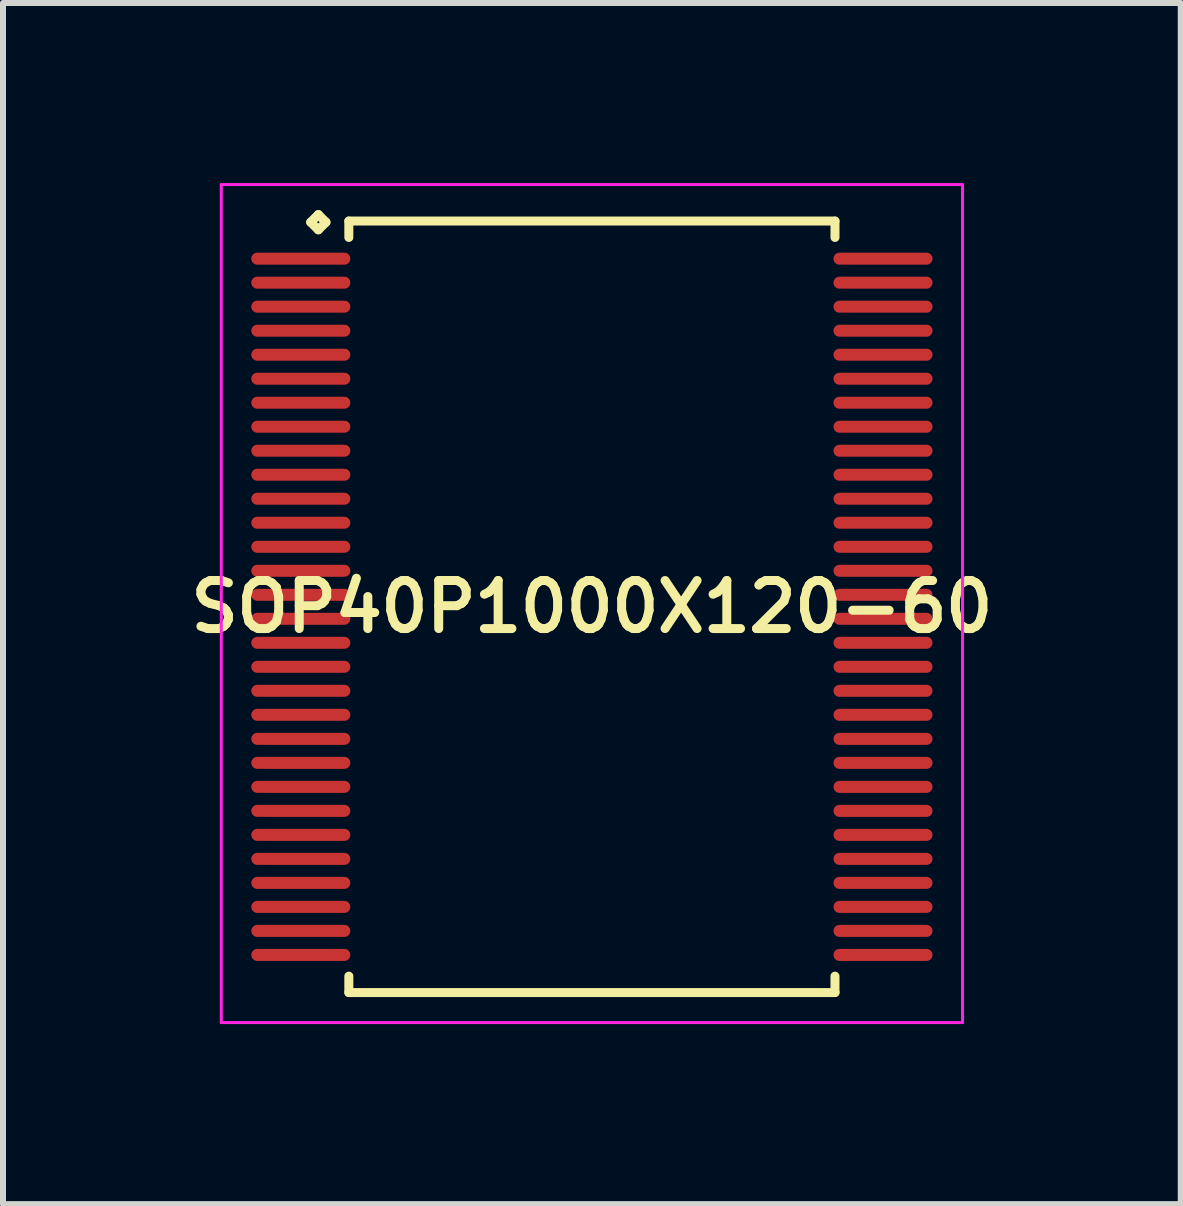
<source format=kicad_pcb>
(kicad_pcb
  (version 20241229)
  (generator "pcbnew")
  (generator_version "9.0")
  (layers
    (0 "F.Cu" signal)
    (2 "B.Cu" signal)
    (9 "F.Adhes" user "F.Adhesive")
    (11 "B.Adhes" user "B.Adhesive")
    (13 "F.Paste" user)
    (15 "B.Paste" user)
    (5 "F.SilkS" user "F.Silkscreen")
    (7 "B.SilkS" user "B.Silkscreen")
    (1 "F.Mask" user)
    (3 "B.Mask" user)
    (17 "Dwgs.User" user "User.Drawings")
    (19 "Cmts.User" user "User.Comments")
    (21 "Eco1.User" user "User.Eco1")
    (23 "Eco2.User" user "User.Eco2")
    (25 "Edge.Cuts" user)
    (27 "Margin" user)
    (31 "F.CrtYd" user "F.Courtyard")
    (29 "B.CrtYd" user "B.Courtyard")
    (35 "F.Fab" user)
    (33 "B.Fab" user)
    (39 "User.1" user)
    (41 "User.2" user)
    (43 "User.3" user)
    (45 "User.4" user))
  (footprint "SOP40P1000X120-60"
    (layer "F.Cu")
    (at 6.812 7.06)
    (property "Reference" "SOP40P1000X120-60" (at 0 0 0) (layer "F.SilkS") (effects (font (size 0.8 0.8) (thickness 0.15))))
    (attr smd)
    (fp_line (start -4.685 -6.408) (end -4.558 -6.535) (stroke (width 0.15) (type solid)) (layer "F.SilkS"))
    (fp_line (start -4.558 -6.535) (end -4.431 -6.408) (stroke (width 0.15) (type solid)) (layer "F.SilkS"))
    (fp_line (start -4.558 -6.281) (end -4.685 -6.408) (stroke (width 0.15) (type solid)) (layer "F.SilkS"))
    (fp_line (start -4.431 -6.408) (end -4.558 -6.281) (stroke (width 0.15) (type solid)) (layer "F.SilkS"))
    (fp_line (start -4.05 -6.427) (end 4.05 -6.427) (stroke (width 0.15) (type solid)) (layer "F.SilkS"))
    (fp_line (start -4.05 -6.154) (end -4.05 -6.427) (stroke (width 0.15) (type solid)) (layer "F.SilkS"))
    (fp_line (start -4.05 6.154) (end -4.05 6.427) (stroke (width 0.15) (type solid)) (layer "F.SilkS"))
    (fp_line (start -4.05 6.427) (end 4.05 6.427) (stroke (width 0.15) (type solid)) (layer "F.SilkS"))
    (fp_line (start 4.05 -6.427) (end 4.05 -6.154) (stroke (width 0.15) (type solid)) (layer "F.SilkS"))
    (fp_line (start 4.05 6.427) (end 4.05 6.154) (stroke (width 0.15) (type solid)) (layer "F.SilkS"))
    (fp_line (start -6.175 -7.035) (end 6.175 -7.035) (stroke (width 0.05) (type solid)) (layer "F.CrtYd"))
    (fp_line (start -6.175 6.927) (end -6.175 -7.035) (stroke (width 0.05) (type solid)) (layer "F.CrtYd"))
    (fp_line (start 6.175 -7.035) (end 6.175 6.927) (stroke (width 0.05) (type solid)) (layer "F.CrtYd"))
    (fp_line (start 6.175 6.927) (end -6.175 6.927) (stroke (width 0.05) (type solid)) (layer "F.CrtYd"))
    (pad "1" smd oval (at -4.85 -5.8) (size 1.65 0.2) (layers "F.Cu" "F.Mask" "F.Paste"))
    (pad "2" smd oval (at -4.85 -5.4) (size 1.65 0.2) (layers "F.Cu" "F.Mask" "F.Paste"))
    (pad "3" smd oval (at -4.85 -5) (size 1.65 0.2) (layers "F.Cu" "F.Mask" "F.Paste"))
    (pad "4" smd oval (at -4.85 -4.6) (size 1.65 0.2) (layers "F.Cu" "F.Mask" "F.Paste"))
    (pad "5" smd oval (at -4.85 -4.2) (size 1.65 0.2) (layers "F.Cu" "F.Mask" "F.Paste"))
    (pad "6" smd oval (at -4.85 -3.8) (size 1.65 0.2) (layers "F.Cu" "F.Mask" "F.Paste"))
    (pad "7" smd oval (at -4.85 -3.4) (size 1.65 0.2) (layers "F.Cu" "F.Mask" "F.Paste"))
    (pad "8" smd oval (at -4.85 -3) (size 1.65 0.2) (layers "F.Cu" "F.Mask" "F.Paste"))
    (pad "9" smd oval (at -4.85 -2.6) (size 1.65 0.2) (layers "F.Cu" "F.Mask" "F.Paste"))
    (pad "10" smd oval (at -4.85 -2.2) (size 1.65 0.2) (layers "F.Cu" "F.Mask" "F.Paste"))
    (pad "11" smd oval (at -4.85 -1.8) (size 1.65 0.2) (layers "F.Cu" "F.Mask" "F.Paste"))
    (pad "12" smd oval (at -4.85 -1.4) (size 1.65 0.2) (layers "F.Cu" "F.Mask" "F.Paste"))
    (pad "13" smd oval (at -4.85 -1) (size 1.65 0.2) (layers "F.Cu" "F.Mask" "F.Paste"))
    (pad "14" smd oval (at -4.85 -0.6) (size 1.65 0.2) (layers "F.Cu" "F.Mask" "F.Paste"))
    (pad "15" smd oval (at -4.85 -0.2) (size 1.65 0.2) (layers "F.Cu" "F.Mask" "F.Paste"))
    (pad "16" smd oval (at -4.85 0.2) (size 1.65 0.2) (layers "F.Cu" "F.Mask" "F.Paste"))
    (pad "17" smd oval (at -4.85 0.6) (size 1.65 0.2) (layers "F.Cu" "F.Mask" "F.Paste"))
    (pad "18" smd oval (at -4.85 1) (size 1.65 0.2) (layers "F.Cu" "F.Mask" "F.Paste"))
    (pad "19" smd oval (at -4.85 1.4) (size 1.65 0.2) (layers "F.Cu" "F.Mask" "F.Paste"))
    (pad "20" smd oval (at -4.85 1.8) (size 1.65 0.2) (layers "F.Cu" "F.Mask" "F.Paste"))
    (pad "21" smd oval (at -4.85 2.2) (size 1.65 0.2) (layers "F.Cu" "F.Mask" "F.Paste"))
    (pad "22" smd oval (at -4.85 2.6) (size 1.65 0.2) (layers "F.Cu" "F.Mask" "F.Paste"))
    (pad "23" smd oval (at -4.85 3) (size 1.65 0.2) (layers "F.Cu" "F.Mask" "F.Paste"))
    (pad "24" smd oval (at -4.85 3.4) (size 1.65 0.2) (layers "F.Cu" "F.Mask" "F.Paste"))
    (pad "25" smd oval (at -4.85 3.8) (size 1.65 0.2) (layers "F.Cu" "F.Mask" "F.Paste"))
    (pad "26" smd oval (at -4.85 4.2) (size 1.65 0.2) (layers "F.Cu" "F.Mask" "F.Paste"))
    (pad "27" smd oval (at -4.85 4.6) (size 1.65 0.2) (layers "F.Cu" "F.Mask" "F.Paste"))
    (pad "28" smd oval (at -4.85 5) (size 1.65 0.2) (layers "F.Cu" "F.Mask" "F.Paste"))
    (pad "29" smd oval (at -4.85 5.4) (size 1.65 0.2) (layers "F.Cu" "F.Mask" "F.Paste"))
    (pad "30" smd oval (at -4.85 5.8) (size 1.65 0.2) (layers "F.Cu" "F.Mask" "F.Paste"))
    (pad "31" smd oval (at 4.85 5.8) (size 1.65 0.2) (layers "F.Cu" "F.Mask" "F.Paste"))
    (pad "32" smd oval (at 4.85 5.4) (size 1.65 0.2) (layers "F.Cu" "F.Mask" "F.Paste"))
    (pad "33" smd oval (at 4.85 5) (size 1.65 0.2) (layers "F.Cu" "F.Mask" "F.Paste"))
    (pad "34" smd oval (at 4.85 4.6) (size 1.65 0.2) (layers "F.Cu" "F.Mask" "F.Paste"))
    (pad "35" smd oval (at 4.85 4.2) (size 1.65 0.2) (layers "F.Cu" "F.Mask" "F.Paste"))
    (pad "36" smd oval (at 4.85 3.8) (size 1.65 0.2) (layers "F.Cu" "F.Mask" "F.Paste"))
    (pad "37" smd oval (at 4.85 3.4) (size 1.65 0.2) (layers "F.Cu" "F.Mask" "F.Paste"))
    (pad "38" smd oval (at 4.85 3) (size 1.65 0.2) (layers "F.Cu" "F.Mask" "F.Paste"))
    (pad "39" smd oval (at 4.85 2.6) (size 1.65 0.2) (layers "F.Cu" "F.Mask" "F.Paste"))
    (pad "40" smd oval (at 4.85 2.2) (size 1.65 0.2) (layers "F.Cu" "F.Mask" "F.Paste"))
    (pad "41" smd oval (at 4.85 1.8) (size 1.65 0.2) (layers "F.Cu" "F.Mask" "F.Paste"))
    (pad "42" smd oval (at 4.85 1.4) (size 1.65 0.2) (layers "F.Cu" "F.Mask" "F.Paste"))
    (pad "43" smd oval (at 4.85 1) (size 1.65 0.2) (layers "F.Cu" "F.Mask" "F.Paste"))
    (pad "44" smd oval (at 4.85 0.6) (size 1.65 0.2) (layers "F.Cu" "F.Mask" "F.Paste"))
    (pad "45" smd oval (at 4.85 0.2) (size 1.65 0.2) (layers "F.Cu" "F.Mask" "F.Paste"))
    (pad "46" smd oval (at 4.85 -0.2) (size 1.65 0.2) (layers "F.Cu" "F.Mask" "F.Paste"))
    (pad "47" smd oval (at 4.85 -0.6) (size 1.65 0.2) (layers "F.Cu" "F.Mask" "F.Paste"))
    (pad "48" smd oval (at 4.85 -1) (size 1.65 0.2) (layers "F.Cu" "F.Mask" "F.Paste"))
    (pad "49" smd oval (at 4.85 -1.4) (size 1.65 0.2) (layers "F.Cu" "F.Mask" "F.Paste"))
    (pad "50" smd oval (at 4.85 -1.8) (size 1.65 0.2) (layers "F.Cu" "F.Mask" "F.Paste"))
    (pad "51" smd oval (at 4.85 -2.2) (size 1.65 0.2) (layers "F.Cu" "F.Mask" "F.Paste"))
    (pad "52" smd oval (at 4.85 -2.6) (size 1.65 0.2) (layers "F.Cu" "F.Mask" "F.Paste"))
    (pad "53" smd oval (at 4.85 -3) (size 1.65 0.2) (layers "F.Cu" "F.Mask" "F.Paste"))
    (pad "54" smd oval (at 4.85 -3.4) (size 1.65 0.2) (layers "F.Cu" "F.Mask" "F.Paste"))
    (pad "55" smd oval (at 4.85 -3.8) (size 1.65 0.2) (layers "F.Cu" "F.Mask" "F.Paste"))
    (pad "56" smd oval (at 4.85 -4.2) (size 1.65 0.2) (layers "F.Cu" "F.Mask" "F.Paste"))
    (pad "57" smd oval (at 4.85 -4.6) (size 1.65 0.2) (layers "F.Cu" "F.Mask" "F.Paste"))
    (pad "58" smd oval (at 4.85 -5) (size 1.65 0.2) (layers "F.Cu" "F.Mask" "F.Paste"))
    (pad "59" smd oval (at 4.85 -5.4) (size 1.65 0.2) (layers "F.Cu" "F.Mask" "F.Paste"))
    (pad "60" smd oval (at 4.85 -5.8) (size 1.65 0.2) (layers "F.Cu" "F.Mask" "F.Paste")))
  (gr_rect
    (start -3 -3)
    (end 16.623 17.012)
    (stroke (width 0.1) (type default))
    (fill no)
    (layer "Edge.Cuts")))
</source>
